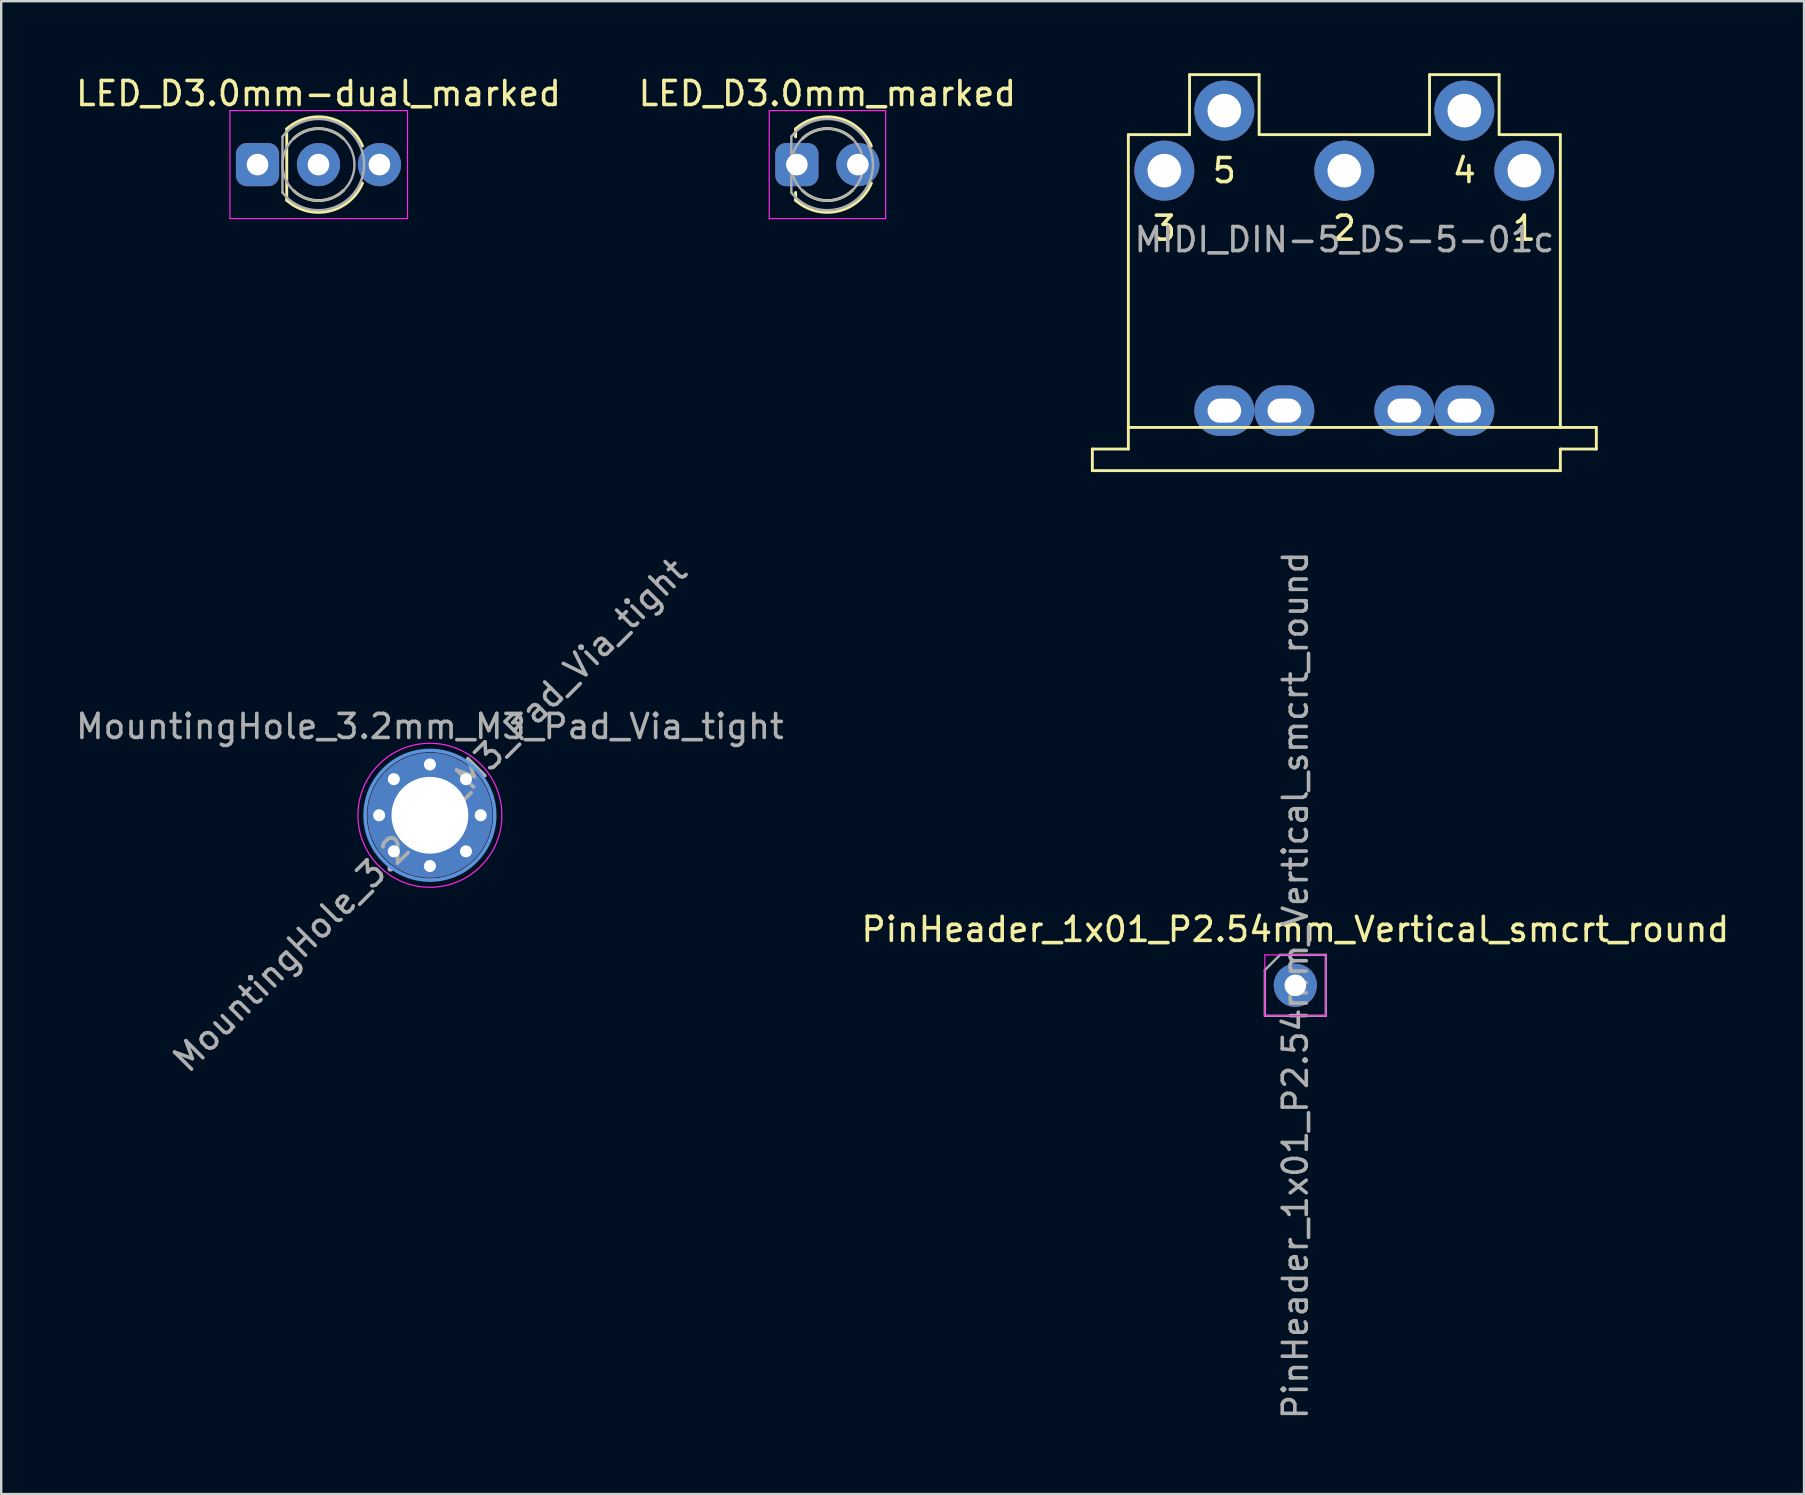
<source format=kicad_pcb>
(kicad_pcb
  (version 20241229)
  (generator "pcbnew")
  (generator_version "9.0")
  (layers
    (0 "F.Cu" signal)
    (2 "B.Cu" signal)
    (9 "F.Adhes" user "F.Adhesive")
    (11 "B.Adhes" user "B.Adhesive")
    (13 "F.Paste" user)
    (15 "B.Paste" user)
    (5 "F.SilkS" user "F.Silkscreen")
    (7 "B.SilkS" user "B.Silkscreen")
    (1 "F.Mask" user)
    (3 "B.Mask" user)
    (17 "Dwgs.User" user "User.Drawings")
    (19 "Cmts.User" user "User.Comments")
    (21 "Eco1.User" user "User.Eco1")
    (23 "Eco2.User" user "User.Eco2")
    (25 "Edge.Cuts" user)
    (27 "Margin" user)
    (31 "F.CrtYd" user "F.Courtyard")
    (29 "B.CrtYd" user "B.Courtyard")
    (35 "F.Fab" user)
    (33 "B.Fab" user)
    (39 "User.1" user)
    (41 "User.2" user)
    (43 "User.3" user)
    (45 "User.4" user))
  (footprint "MountingHole_3.2mm_M3_Pad_Via_tight"
    (layer "F.Cu")
    (at 14.863 30.92)
    (property "Reference" "MountingHole_3.2mm_M3_Pad_Via_tight" (at 0 -3.7 0) (layer "F.Fab") (effects (font (size 1 1) (thickness 0.15))))
    (attr exclude_from_pos_files exclude_from_bom)
    (fp_circle (center 0 0) (end -1.909 1.909) (stroke (width 0.15) (type solid)) (fill no) (layer "Cmts.User"))
    (fp_circle (center 0 0) (end -2.121 2.121) (stroke (width 0.05) (type solid)) (fill no) (layer "F.CrtYd"))
    (fp_text user "${REFERENCE}" (at 0 0 225) (layer "F.Fab") (effects (font (size 1 1) (thickness 0.15))))
    (pad "1" thru_hole circle (at -2.116 0 225) (size 0.8 0.8) (drill 0.5) (layers "*.Cu" "*.Mask"))
    (pad "1" thru_hole circle (at -1.503 -1.503 225) (size 0.8 0.8) (drill 0.5) (layers "*.Cu" "*.Mask"))
    (pad "1" thru_hole circle (at -1.503 1.503 225) (size 0.8 0.8) (drill 0.5) (layers "*.Cu" "*.Mask"))
    (pad "1" thru_hole circle (at 0 -2.116 225) (size 0.8 0.8) (drill 0.5) (layers "*.Cu" "*.Mask"))
    (pad "1" thru_hole circle (at 0 0 225) (size 5.2 5.2) (drill 3.2) (layers "*.Cu" "*.Mask"))
    (pad "1" thru_hole circle (at 0 2.116 225) (size 0.8 0.8) (drill 0.5) (layers "*.Cu" "*.Mask"))
    (pad "1" thru_hole circle (at 1.503 -1.503 225) (size 0.8 0.8) (drill 0.5) (layers "*.Cu" "*.Mask"))
    (pad "1" thru_hole circle (at 1.503 1.503 225) (size 0.8 0.8) (drill 0.5) (layers "*.Cu" "*.Mask"))
    (pad "1" thru_hole circle (at 2.116 0 225) (size 0.8 0.8) (drill 0.5) (layers "*.Cu" "*.Mask")))
  (footprint "MIDI_DIN-5_DS-5-01c"
    (layer "F.Cu")
    (at 52.965 16.56)
    (property "Reference" "MIDI_DIN-5_DS-5-01c" (at 0 -9.625 0) (layer "F.Fab") (effects (font (size 1 1) (thickness 0.15))))
    (attr through_hole)
    (fp_line (start -10.5 -0.9) (end -10.5 0) (stroke (width 0.12) (type solid)) (layer "F.SilkS"))
    (fp_line (start -10.5 -0.9) (end -9 -0.9) (stroke (width 0.12) (type solid)) (layer "F.SilkS"))
    (fp_line (start -10.5 0) (end 9 0) (stroke (width 0.12) (type solid)) (layer "F.SilkS"))
    (fp_line (start -9 -14) (end -9 -1.8) (stroke (width 0.12) (type solid)) (layer "F.SilkS"))
    (fp_line (start -9 -14) (end -6.45 -14) (stroke (width 0.12) (type solid)) (layer "F.SilkS"))
    (fp_line (start -9 -0.9) (end -9 -1.8) (stroke (width 0.12) (type solid)) (layer "F.SilkS"))
    (fp_line (start -6.45 -16.5) (end -3.55 -16.5) (stroke (width 0.12) (type solid)) (layer "F.SilkS"))
    (fp_line (start -6.45 -14) (end -6.45 -16.5) (stroke (width 0.12) (type solid)) (layer "F.SilkS"))
    (fp_line (start -3.55 -14) (end -3.55 -16.5) (stroke (width 0.12) (type solid)) (layer "F.SilkS"))
    (fp_line (start -3.55 -14) (end 3.55 -14) (stroke (width 0.12) (type solid)) (layer "F.SilkS"))
    (fp_line (start 3.55 -16.5) (end 6.45 -16.5) (stroke (width 0.12) (type solid)) (layer "F.SilkS"))
    (fp_line (start 3.55 -14) (end 3.55 -16.5) (stroke (width 0.12) (type solid)) (layer "F.SilkS"))
    (fp_line (start 6.45 -14) (end 6.45 -16.5) (stroke (width 0.12) (type solid)) (layer "F.SilkS"))
    (fp_line (start 6.45 -14) (end 9 -14) (stroke (width 0.12) (type solid)) (layer "F.SilkS"))
    (fp_line (start 9 -14) (end 9 -1.8) (stroke (width 0.12) (type solid)) (layer "F.SilkS"))
    (fp_line (start 9 -1.8) (end -9 -1.8) (stroke (width 0.12) (type solid)) (layer "F.SilkS"))
    (fp_line (start 9 -0.9) (end 10.5 -0.9) (stroke (width 0.12) (type solid)) (layer "F.SilkS"))
    (fp_line (start 9 0) (end 9 -0.9) (stroke (width 0.12) (type solid)) (layer "F.SilkS"))
    (fp_line (start 10.5 -1.8) (end 9 -1.8) (stroke (width 0.12) (type solid)) (layer "F.SilkS"))
    (fp_line (start 10.5 -0.9) (end 10.5 -1.8) (stroke (width 0.12) (type solid)) (layer "F.SilkS"))
    (fp_text user "5" (at -5 -12.5 0) (layer "F.SilkS") (effects (font (size 1 1) (thickness 0.15))))
    (fp_text user "4" (at 5 -12.5 0) (layer "F.SilkS") (effects (font (size 1 1) (thickness 0.15))))
    (fp_text user "3" (at -7.5 -10.1 0) (layer "F.SilkS") (effects (font (size 1 1) (thickness 0.15))))
    (fp_text user "1" (at 7.5 -10.1 0) (layer "F.SilkS") (effects (font (size 1 1) (thickness 0.15))))
    (fp_text user "2" (at 0 -10.1 0) (layer "F.SilkS") (effects (font (size 1 1) (thickness 0.15))))
    (pad "1" thru_hole circle (at 7.5 -12.5) (size 2.5 2.5) (drill 1.4) (layers "*.Cu" "*.Mask"))
    (pad "2" thru_hole circle (at 0 -12.5) (size 2.5 2.5) (drill 1.4) (layers "*.Cu" "*.Mask"))
    (pad "3" thru_hole circle (at -7.5 -12.5) (size 2.5 2.5) (drill 1.4) (layers "*.Cu" "*.Mask"))
    (pad "4" thru_hole circle (at 5 -15) (size 2.5 2.5) (drill 1.4) (layers "*.Cu" "*.Mask"))
    (pad "5" thru_hole circle (at -5 -15) (size 2.5 2.5) (drill 1.4) (layers "*.Cu" "*.Mask"))
    (pad "6" thru_hole oval (at -5 -2.5) (size 2.5 2.1) (drill oval 1.4 1) (layers "*.Cu" "*.Mask"))
    (pad "6" thru_hole oval (at -2.5 -2.5) (size 2.5 2.1) (drill oval 1.4 1) (layers "*.Cu" "*.Mask"))
    (pad "6" thru_hole oval (at 2.5 -2.5) (size 2.5 2.1) (drill oval 1.4 1) (layers "*.Cu" "*.Mask"))
    (pad "6" thru_hole oval (at 5 -2.5) (size 2.5 2.1) (drill oval 1.4 1) (layers "*.Cu" "*.Mask")))
  (footprint "LED_D3.0mm-dual_marked"
    (layer "F.Cu")
    (at 10.22 3.808)
    (property "Reference" "LED_D3.0mm-dual_marked" (at 0 -2.96 0) (layer "F.SilkS") (effects (font (size 1 1) (thickness 0.15))))
    (attr through_hole)
    (fp_line (start -1.322 -1.488) (end -1.322 1.488) (stroke (width 0.12) (type solid)) (layer "F.SilkS"))
    (fp_arc (start -1.321755 -1.487636) (mid 0.440174 -1.940707) (end 1.834226 -0.771824) (stroke (width 0.12) (type solid)) (layer "F.SilkS"))
    (fp_arc (start -1.040961 -1.08) (mid 0.000117 -1.5) (end 1.04113 -1.079837) (stroke (width 0.12) (type solid)) (layer "F.SilkS"))
    (fp_arc (start 1.04113 1.079837) (mid 0.000117 1.5) (end -1.040961 1.08) (stroke (width 0.12) (type solid)) (layer "F.SilkS"))
    (fp_arc (start 1.834227 0.771824) (mid 0.440175 1.940708) (end -1.321755 1.487637) (stroke (width 0.12) (type solid)) (layer "F.SilkS"))
    (fp_line (start -3.69 -2.25) (end -3.69 2.25) (stroke (width 0.05) (type solid)) (layer "F.CrtYd"))
    (fp_line (start -3.69 2.25) (end 3.71 2.25) (stroke (width 0.05) (type solid)) (layer "F.CrtYd"))
    (fp_line (start 3.71 -2.25) (end -3.69 -2.25) (stroke (width 0.05) (type solid)) (layer "F.CrtYd"))
    (fp_line (start 3.71 2.25) (end 3.71 -2.25) (stroke (width 0.05) (type solid)) (layer "F.CrtYd"))
    (fp_line (start -1.5 -1.166) (end -1.5 1.166) (stroke (width 0.1) (type solid)) (layer "F.Fab"))
    (fp_arc (start -1.5 -1.16619) (mid 1.9 0.000452) (end -1.500555 1.165476) (stroke (width 0.1) (type solid)) (layer "F.Fab"))
    (fp_circle (center 0 0) (end 1.5 0) (stroke (width 0.1) (type solid)) (fill no) (layer "F.Fab"))
    (pad "1" thru_hole roundrect (at -2.54 0) (size 1.8 1.8) (drill 0.9) (layers "*.Cu" "*.Mask") (roundrect_rratio 0.25))
    (pad "2" thru_hole circle (at 0 0) (size 1.8 1.8) (drill 0.9) (layers "*.Cu" "*.Mask"))
    (pad "3" thru_hole circle (at 2.54 0) (size 1.8 1.8) (drill 0.9) (layers "*.Cu" "*.Mask")))
  (footprint "PinHeader_1x01_P2.54mm_Vertical_smcrt_round"
    (layer "F.Cu")
    (at 50.923 38.006)
    (property "Reference" "PinHeader_1x01_P2.54mm_Vertical_smcrt_round" (at 0 -2.33 0) (layer "F.SilkS") (effects (font (size 1 1) (thickness 0.15))))
    (attr through_hole exclude_from_pos_files)
    (fp_line (start -1.27 -1.27) (end -1.27 1.27) (stroke (width 0.05) (type solid)) (layer "F.CrtYd"))
    (fp_line (start -1.27 1.27) (end 1.27 1.27) (stroke (width 0.05) (type solid)) (layer "F.CrtYd"))
    (fp_line (start 1.27 -1.27) (end -1.27 -1.27) (stroke (width 0.05) (type solid)) (layer "F.CrtYd"))
    (fp_line (start 1.27 1.27) (end 1.27 -1.27) (stroke (width 0.05) (type solid)) (layer "F.CrtYd"))
    (fp_line (start -1.27 -0.635) (end -0.635 -1.27) (stroke (width 0.1) (type solid)) (layer "F.Fab"))
    (fp_line (start -1.27 1.27) (end -1.27 -0.635) (stroke (width 0.1) (type solid)) (layer "F.Fab"))
    (fp_line (start -0.635 -1.27) (end 1.27 -1.27) (stroke (width 0.1) (type solid)) (layer "F.Fab"))
    (fp_line (start 1.27 -1.27) (end 1.27 1.27) (stroke (width 0.1) (type solid)) (layer "F.Fab"))
    (fp_line (start 1.27 1.27) (end -1.27 1.27) (stroke (width 0.1) (type solid)) (layer "F.Fab"))
    (fp_text user "${REFERENCE}" (at 0 0 90) (layer "F.Fab") (effects (font (size 1 1) (thickness 0.15))))
    (pad "1" thru_hole circle (at 0 0) (size 1.8 1.8) (drill 0.9) (layers "*.Cu" "*.Mask")))
  (footprint "LED_D3.0mm_marked"
    (layer "F.Cu")
    (at 31.423 3.808)
    (property "Reference" "LED_D3.0mm_marked" (at 0 -2.96 0) (layer "F.SilkS") (effects (font (size 1 1) (thickness 0.15))))
    (attr through_hole)
    (fp_line (start -1.322 -1.488) (end -1.322 -1.16) (stroke (width 0.12) (type solid)) (layer "F.SilkS"))
    (fp_line (start -1.322 1.16) (end -1.322 1.488) (stroke (width 0.12) (type solid)) (layer "F.SilkS"))
    (fp_arc (start -1.321755 -1.487637) (mid 0.440175 -1.940708) (end 1.834227 -0.771824) (stroke (width 0.12) (type solid)) (layer "F.SilkS"))
    (fp_arc (start -1.040961 -1.08) (mid 0.000117 -1.5) (end 1.04113 -1.079837) (stroke (width 0.12) (type solid)) (layer "F.SilkS"))
    (fp_arc (start 1.04113 1.079837) (mid 0.000117 1.5) (end -1.040961 1.08) (stroke (width 0.12) (type solid)) (layer "F.SilkS"))
    (fp_arc (start 1.834227 0.771824) (mid 0.440175 1.940708) (end -1.321755 1.487637) (stroke (width 0.12) (type solid)) (layer "F.SilkS"))
    (fp_line (start -2.42 -2.25) (end -2.42 2.25) (stroke (width 0.05) (type solid)) (layer "F.CrtYd"))
    (fp_line (start -2.42 2.25) (end 2.43 2.25) (stroke (width 0.05) (type solid)) (layer "F.CrtYd"))
    (fp_line (start 2.43 -2.25) (end -2.42 -2.25) (stroke (width 0.05) (type solid)) (layer "F.CrtYd"))
    (fp_line (start 2.43 2.25) (end 2.43 -2.25) (stroke (width 0.05) (type solid)) (layer "F.CrtYd"))
    (fp_line (start -1.5 -1.166) (end -1.5 1.166) (stroke (width 0.1) (type solid)) (layer "F.Fab"))
    (fp_arc (start -1.5 -1.16619) (mid 1.9 0.000452) (end -1.500555 1.165476) (stroke (width 0.1) (type solid)) (layer "F.Fab"))
    (fp_circle (center 0 0) (end 1.5 0) (stroke (width 0.1) (type solid)) (fill no) (layer "F.Fab"))
    (pad "1" thru_hole roundrect (at -1.27 0) (size 1.8 1.8) (drill 0.9) (layers "*.Cu" "*.Mask") (roundrect_rratio 0.25))
    (pad "2" thru_hole circle (at 1.27 0) (size 1.8 1.8) (drill 0.9) (layers "*.Cu" "*.Mask")))
  (gr_rect
    (start -3 -3)
    (end 72.119 59.203)
    (stroke (width 0.1) (type default))
    (fill no)
    (layer "Edge.Cuts")))
</source>
